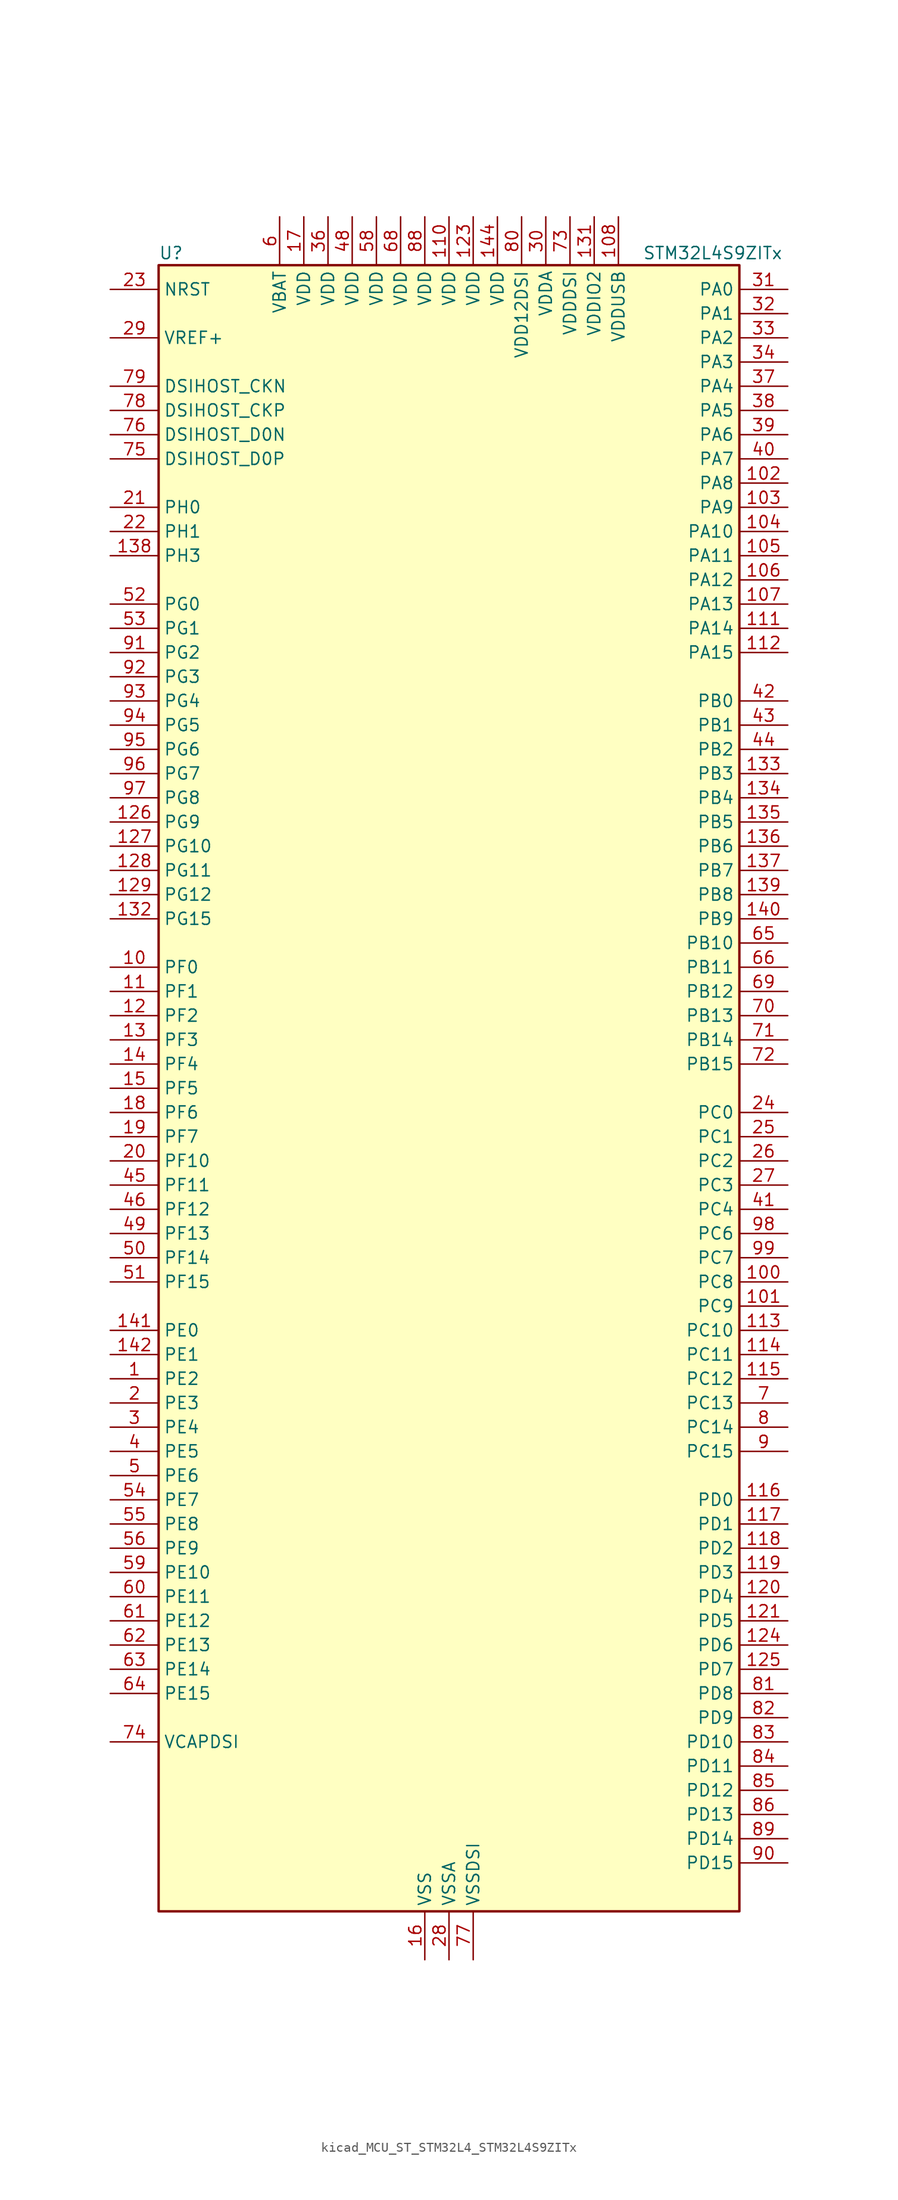
<source format=kicad_sym>
(kicad_symbol_lib
  (version 20220914)
  (generator kicad_symbol_editor)
  (symbol "kicad_MCU_ST_STM32L4_STM32L4S9ZITx"
    (property "Reference" "U"
      (at -30.48 87.63 0)
      (effects (font (size 1.27 1.27)) (justify left)))
    (property "Value" "STM32L4S9ZITx"
      (at 20.32 87.63 0)
      (effects (font (size 1.27 1.27)) (justify left)))
    (property "ki_locked" ""
      (at 0 0 0)
      (effects (font (size 1.27 1.27))))
    (symbol "kicad_MCU_ST_STM32L4_STM32L4S9ZITx_0_1"
      (rectangle (start -30.48 -86.36) (end 30.48 86.36) (stroke (width 0.254) (type default)) (fill (type background))))
    (symbol "kicad_MCU_ST_STM32L4_STM32L4S9ZITx_1_1"
      (pin bidirectional line (at -35.56 -30.48 0) (length 5.08) (name "PE2" (effects (font (size 1.27 1.27)))) (number "1" (effects (font (size 1.27 1.27)))) (alternate "FMC_A23" bidirectional line) (alternate "LTDC_R0" bidirectional line) (alternate "SAI1_CK1" bidirectional line) (alternate "SAI1_MCLK_A" bidirectional line) (alternate "SYS_TRACECLK" bidirectional line) (alternate "TIM3_ETR" bidirectional line) (alternate "TSC_G7_IO1" bidirectional line))
      (pin bidirectional line (at -35.56 12.7 0) (length 5.08) (name "PF0" (effects (font (size 1.27 1.27)))) (number "10" (effects (font (size 1.27 1.27)))) (alternate "FMC_A0" bidirectional line) (alternate "I2C2_SDA" bidirectional line) (alternate "OCTOSPIM_P2_IO0" bidirectional line))
      (pin bidirectional line (at 35.56 -20.32 180) (length 5.08) (name "PC8" (effects (font (size 1.27 1.27)))) (number "100" (effects (font (size 1.27 1.27)))) (alternate "DCMI_D2" bidirectional line) (alternate "SDMMC1_D0" bidirectional line) (alternate "TIM3_CH3" bidirectional line) (alternate "TIM8_CH3" bidirectional line) (alternate "TSC_G4_IO3" bidirectional line))
      (pin bidirectional line (at 35.56 -22.86 180) (length 5.08) (name "PC9" (effects (font (size 1.27 1.27)))) (number "101" (effects (font (size 1.27 1.27)))) (alternate "DAC1_EXTI9" bidirectional line) (alternate "DCMI_D3" bidirectional line) (alternate "I2C3_SDA" bidirectional line) (alternate "SAI2_EXTCLK" bidirectional line) (alternate "SDMMC1_D1" bidirectional line) (alternate "SYS_TRACED0" bidirectional line) (alternate "TIM3_CH4" bidirectional line) (alternate "TIM8_BKIN2" bidirectional line) (alternate "TIM8_CH4" bidirectional line) (alternate "TSC_G4_IO4" bidirectional line) (alternate "USB_OTG_FS_NOE" bidirectional line))
      (pin bidirectional line (at 35.56 63.5 180) (length 5.08) (name "PA8" (effects (font (size 1.27 1.27)))) (number "102" (effects (font (size 1.27 1.27)))) (alternate "LPTIM2_OUT" bidirectional line) (alternate "RCC_MCO" bidirectional line) (alternate "SAI1_CK2" bidirectional line) (alternate "SAI1_SCK_A" bidirectional line) (alternate "TIM1_CH1" bidirectional line) (alternate "USART1_CK" bidirectional line) (alternate "USB_OTG_FS_SOF" bidirectional line))
      (pin bidirectional line (at 35.56 60.96 180) (length 5.08) (name "PA9" (effects (font (size 1.27 1.27)))) (number "103" (effects (font (size 1.27 1.27)))) (alternate "DAC1_EXTI9" bidirectional line) (alternate "DCMI_D0" bidirectional line) (alternate "SAI1_FS_A" bidirectional line) (alternate "SPI2_SCK" bidirectional line) (alternate "TIM15_BKIN" bidirectional line) (alternate "TIM1_CH2" bidirectional line) (alternate "USART1_TX" bidirectional line) (alternate "USB_OTG_FS_VBUS" bidirectional line))
      (pin bidirectional line (at 35.56 58.42 180) (length 5.08) (name "PA10" (effects (font (size 1.27 1.27)))) (number "104" (effects (font (size 1.27 1.27)))) (alternate "DCMI_D1" bidirectional line) (alternate "SAI1_D1" bidirectional line) (alternate "SAI1_SD_A" bidirectional line) (alternate "TIM17_BKIN" bidirectional line) (alternate "TIM1_CH3" bidirectional line) (alternate "USART1_RX" bidirectional line) (alternate "USB_OTG_FS_ID" bidirectional line))
      (pin bidirectional line (at 35.56 55.88 180) (length 5.08) (name "PA11" (effects (font (size 1.27 1.27)))) (number "105" (effects (font (size 1.27 1.27)))) (alternate "ADC1_EXTI11" bidirectional line) (alternate "CAN1_RX" bidirectional line) (alternate "SPI1_MISO" bidirectional line) (alternate "TIM1_BKIN2" bidirectional line) (alternate "TIM1_CH4" bidirectional line) (alternate "USART1_CTS" bidirectional line) (alternate "USART1_NSS" bidirectional line) (alternate "USB_OTG_FS_DM" bidirectional line))
      (pin bidirectional line (at 35.56 53.34 180) (length 5.08) (name "PA12" (effects (font (size 1.27 1.27)))) (number "106" (effects (font (size 1.27 1.27)))) (alternate "CAN1_TX" bidirectional line) (alternate "SPI1_MOSI" bidirectional line) (alternate "TIM1_ETR" bidirectional line) (alternate "USART1_DE" bidirectional line) (alternate "USART1_RTS" bidirectional line) (alternate "USB_OTG_FS_DP" bidirectional line))
      (pin bidirectional line (at 35.56 50.8 180) (length 5.08) (name "PA13" (effects (font (size 1.27 1.27)))) (number "107" (effects (font (size 1.27 1.27)))) (alternate "IR_OUT" bidirectional line) (alternate "SAI1_SD_B" bidirectional line) (alternate "SYS_JTMS-SWDIO" bidirectional line) (alternate "USB_OTG_FS_NOE" bidirectional line))
      (pin power_in line (at 17.78 91.44 270) (length 5.08) (name "VDDUSB" (effects (font (size 1.27 1.27)))) (number "108" (effects (font (size 1.27 1.27)))))
      (pin passive line (at -2.54 -91.44 90) (length 5.08) hide (name "VSS" (effects (font (size 1.27 1.27)))) (number "109" (effects (font (size 1.27 1.27)))))
      (pin bidirectional line (at -35.56 10.16 0) (length 5.08) (name "PF1" (effects (font (size 1.27 1.27)))) (number "11" (effects (font (size 1.27 1.27)))) (alternate "FMC_A1" bidirectional line) (alternate "I2C2_SCL" bidirectional line) (alternate "OCTOSPIM_P2_IO1" bidirectional line))
      (pin power_in line (at 0 91.44 270) (length 5.08) (name "VDD" (effects (font (size 1.27 1.27)))) (number "110" (effects (font (size 1.27 1.27)))))
      (pin bidirectional line (at 35.56 48.26 180) (length 5.08) (name "PA14" (effects (font (size 1.27 1.27)))) (number "111" (effects (font (size 1.27 1.27)))) (alternate "I2C1_SMBA" bidirectional line) (alternate "I2C4_SMBA" bidirectional line) (alternate "LPTIM1_OUT" bidirectional line) (alternate "SAI1_FS_B" bidirectional line) (alternate "SYS_JTCK-SWCLK" bidirectional line) (alternate "USB_OTG_FS_SOF" bidirectional line))
      (pin bidirectional line (at 35.56 45.72 180) (length 5.08) (name "PA15" (effects (font (size 1.27 1.27)))) (number "112" (effects (font (size 1.27 1.27)))) (alternate "ADC1_EXTI15" bidirectional line) (alternate "SAI2_FS_B" bidirectional line) (alternate "SPI1_NSS" bidirectional line) (alternate "SPI3_NSS" bidirectional line) (alternate "SYS_JTDI" bidirectional line) (alternate "TIM2_CH1" bidirectional line) (alternate "TIM2_ETR" bidirectional line) (alternate "TSC_G3_IO1" bidirectional line) (alternate "UART4_DE" bidirectional line) (alternate "UART4_RTS" bidirectional line) (alternate "USART2_RX" bidirectional line) (alternate "USART3_DE" bidirectional line) (alternate "USART3_RTS" bidirectional line))
      (pin bidirectional line (at 35.56 -25.4 180) (length 5.08) (name "PC10" (effects (font (size 1.27 1.27)))) (number "113" (effects (font (size 1.27 1.27)))) (alternate "DCMI_D8" bidirectional line) (alternate "SAI2_SCK_B" bidirectional line) (alternate "SDMMC1_D2" bidirectional line) (alternate "SPI3_SCK" bidirectional line) (alternate "SYS_TRACED1" bidirectional line) (alternate "TSC_G3_IO2" bidirectional line) (alternate "UART4_TX" bidirectional line) (alternate "USART3_TX" bidirectional line))
      (pin bidirectional line (at 35.56 -27.94 180) (length 5.08) (name "PC11" (effects (font (size 1.27 1.27)))) (number "114" (effects (font (size 1.27 1.27)))) (alternate "ADC1_EXTI11" bidirectional line) (alternate "DCMI_D2" bidirectional line) (alternate "DCMI_D4" bidirectional line) (alternate "OCTOSPIM_P1_NCS" bidirectional line) (alternate "SAI2_MCLK_B" bidirectional line) (alternate "SDMMC1_D3" bidirectional line) (alternate "SPI3_MISO" bidirectional line) (alternate "TSC_G3_IO3" bidirectional line) (alternate "UART4_RX" bidirectional line) (alternate "USART3_RX" bidirectional line))
      (pin bidirectional line (at 35.56 -30.48 180) (length 5.08) (name "PC12" (effects (font (size 1.27 1.27)))) (number "115" (effects (font (size 1.27 1.27)))) (alternate "DCMI_D9" bidirectional line) (alternate "SAI2_SD_B" bidirectional line) (alternate "SDMMC1_CK" bidirectional line) (alternate "SPI3_MOSI" bidirectional line) (alternate "SYS_TRACED3" bidirectional line) (alternate "TSC_G3_IO4" bidirectional line) (alternate "UART5_TX" bidirectional line) (alternate "USART3_CK" bidirectional line))
      (pin bidirectional line (at 35.56 -43.18 180) (length 5.08) (name "PD0" (effects (font (size 1.27 1.27)))) (number "116" (effects (font (size 1.27 1.27)))) (alternate "CAN1_RX" bidirectional line) (alternate "DFSDM1_DATIN7" bidirectional line) (alternate "FMC_D2" bidirectional line) (alternate "FMC_DA2" bidirectional line) (alternate "LTDC_B4" bidirectional line) (alternate "SPI2_NSS" bidirectional line))
      (pin bidirectional line (at 35.56 -45.72 180) (length 5.08) (name "PD1" (effects (font (size 1.27 1.27)))) (number "117" (effects (font (size 1.27 1.27)))) (alternate "CAN1_TX" bidirectional line) (alternate "DFSDM1_CKIN7" bidirectional line) (alternate "FMC_D3" bidirectional line) (alternate "FMC_DA3" bidirectional line) (alternate "LTDC_B5" bidirectional line) (alternate "SPI2_SCK" bidirectional line))
      (pin bidirectional line (at 35.56 -48.26 180) (length 5.08) (name "PD2" (effects (font (size 1.27 1.27)))) (number "118" (effects (font (size 1.27 1.27)))) (alternate "DCMI_D11" bidirectional line) (alternate "SDMMC1_CMD" bidirectional line) (alternate "SYS_TRACED2" bidirectional line) (alternate "TIM3_ETR" bidirectional line) (alternate "TSC_SYNC" bidirectional line) (alternate "UART5_RX" bidirectional line) (alternate "USART3_DE" bidirectional line) (alternate "USART3_RTS" bidirectional line))
      (pin bidirectional line (at 35.56 -50.8 180) (length 5.08) (name "PD3" (effects (font (size 1.27 1.27)))) (number "119" (effects (font (size 1.27 1.27)))) (alternate "DCMI_D5" bidirectional line) (alternate "DFSDM1_DATIN0" bidirectional line) (alternate "FMC_CLK" bidirectional line) (alternate "LTDC_CLK" bidirectional line) (alternate "OCTOSPIM_P2_NCS" bidirectional line) (alternate "SPI2_MISO" bidirectional line) (alternate "SPI2_SCK" bidirectional line) (alternate "USART2_CTS" bidirectional line) (alternate "USART2_NSS" bidirectional line))
      (pin bidirectional line (at -35.56 7.62 0) (length 5.08) (name "PF2" (effects (font (size 1.27 1.27)))) (number "12" (effects (font (size 1.27 1.27)))) (alternate "FMC_A2" bidirectional line) (alternate "I2C2_SMBA" bidirectional line) (alternate "OCTOSPIM_P2_IO2" bidirectional line))
      (pin bidirectional line (at 35.56 -53.34 180) (length 5.08) (name "PD4" (effects (font (size 1.27 1.27)))) (number "120" (effects (font (size 1.27 1.27)))) (alternate "DFSDM1_CKIN0" bidirectional line) (alternate "FMC_NOE" bidirectional line) (alternate "OCTOSPIM_P1_IO4" bidirectional line) (alternate "SPI2_MOSI" bidirectional line) (alternate "USART2_DE" bidirectional line) (alternate "USART2_RTS" bidirectional line))
      (pin bidirectional line (at 35.56 -55.88 180) (length 5.08) (name "PD5" (effects (font (size 1.27 1.27)))) (number "121" (effects (font (size 1.27 1.27)))) (alternate "FMC_NWE" bidirectional line) (alternate "OCTOSPIM_P1_IO5" bidirectional line) (alternate "USART2_TX" bidirectional line))
      (pin passive line (at -2.54 -91.44 90) (length 5.08) hide (name "VSS" (effects (font (size 1.27 1.27)))) (number "122" (effects (font (size 1.27 1.27)))))
      (pin power_in line (at 2.54 91.44 270) (length 5.08) (name "VDD" (effects (font (size 1.27 1.27)))) (number "123" (effects (font (size 1.27 1.27)))))
      (pin bidirectional line (at 35.56 -58.42 180) (length 5.08) (name "PD6" (effects (font (size 1.27 1.27)))) (number "124" (effects (font (size 1.27 1.27)))) (alternate "DCMI_D10" bidirectional line) (alternate "DFSDM1_DATIN1" bidirectional line) (alternate "FMC_NWAIT" bidirectional line) (alternate "LTDC_DE" bidirectional line) (alternate "OCTOSPIM_P1_IO6" bidirectional line) (alternate "SAI1_D1" bidirectional line) (alternate "SAI1_SD_A" bidirectional line) (alternate "SPI3_MOSI" bidirectional line) (alternate "USART2_RX" bidirectional line))
      (pin bidirectional line (at 35.56 -60.96 180) (length 5.08) (name "PD7" (effects (font (size 1.27 1.27)))) (number "125" (effects (font (size 1.27 1.27)))) (alternate "DFSDM1_CKIN1" bidirectional line) (alternate "FMC_NCE" bidirectional line) (alternate "FMC_NE1" bidirectional line) (alternate "OCTOSPIM_P1_IO7" bidirectional line) (alternate "USART2_CK" bidirectional line))
      (pin bidirectional line (at -35.56 27.94 0) (length 5.08) (name "PG9" (effects (font (size 1.27 1.27)))) (number "126" (effects (font (size 1.27 1.27)))) (alternate "DAC1_EXTI9" bidirectional line) (alternate "FMC_NCE" bidirectional line) (alternate "FMC_NE2" bidirectional line) (alternate "OCTOSPIM_P2_IO6" bidirectional line) (alternate "SAI2_SCK_A" bidirectional line) (alternate "SPI3_SCK" bidirectional line) (alternate "TIM15_CH1N" bidirectional line) (alternate "USART1_TX" bidirectional line))
      (pin bidirectional line (at -35.56 25.4 0) (length 5.08) (name "PG10" (effects (font (size 1.27 1.27)))) (number "127" (effects (font (size 1.27 1.27)))) (alternate "FMC_NE3" bidirectional line) (alternate "LPTIM1_IN1" bidirectional line) (alternate "OCTOSPIM_P2_IO7" bidirectional line) (alternate "SAI2_FS_A" bidirectional line) (alternate "SPI3_MISO" bidirectional line) (alternate "TIM15_CH1" bidirectional line) (alternate "USART1_RX" bidirectional line))
      (pin bidirectional line (at -35.56 22.86 0) (length 5.08) (name "PG11" (effects (font (size 1.27 1.27)))) (number "128" (effects (font (size 1.27 1.27)))) (alternate "ADC1_EXTI11" bidirectional line) (alternate "LPTIM1_IN2" bidirectional line) (alternate "OCTOSPIM_P1_IO5" bidirectional line) (alternate "SAI2_MCLK_A" bidirectional line) (alternate "SPI3_MOSI" bidirectional line) (alternate "TIM15_CH2" bidirectional line) (alternate "USART1_CTS" bidirectional line) (alternate "USART1_NSS" bidirectional line))
      (pin bidirectional line (at -35.56 20.32 0) (length 5.08) (name "PG12" (effects (font (size 1.27 1.27)))) (number "129" (effects (font (size 1.27 1.27)))) (alternate "FMC_NE4" bidirectional line) (alternate "LPTIM1_ETR" bidirectional line) (alternate "OCTOSPIM_P2_NCS" bidirectional line) (alternate "SAI2_SD_A" bidirectional line) (alternate "SPI3_NSS" bidirectional line) (alternate "USART1_DE" bidirectional line) (alternate "USART1_RTS" bidirectional line))
      (pin bidirectional line (at -35.56 5.08 0) (length 5.08) (name "PF3" (effects (font (size 1.27 1.27)))) (number "13" (effects (font (size 1.27 1.27)))) (alternate "FMC_A3" bidirectional line) (alternate "OCTOSPIM_P2_IO3" bidirectional line))
      (pin passive line (at -2.54 -91.44 90) (length 5.08) hide (name "VSS" (effects (font (size 1.27 1.27)))) (number "130" (effects (font (size 1.27 1.27)))))
      (pin power_in line (at 15.24 91.44 270) (length 5.08) (name "VDDIO2" (effects (font (size 1.27 1.27)))) (number "131" (effects (font (size 1.27 1.27)))))
      (pin bidirectional line (at -35.56 17.78 0) (length 5.08) (name "PG15" (effects (font (size 1.27 1.27)))) (number "132" (effects (font (size 1.27 1.27)))) (alternate "ADC1_EXTI15" bidirectional line) (alternate "DCMI_D13" bidirectional line) (alternate "I2C1_SMBA" bidirectional line) (alternate "LPTIM1_OUT" bidirectional line) (alternate "OCTOSPIM_P2_DQS" bidirectional line))
      (pin bidirectional line (at 35.56 33.02 180) (length 5.08) (name "PB3" (effects (font (size 1.27 1.27)))) (number "133" (effects (font (size 1.27 1.27)))) (alternate "COMP2_INM" bidirectional line) (alternate "CRS_SYNC" bidirectional line) (alternate "SAI1_SCK_B" bidirectional line) (alternate "SPI1_SCK" bidirectional line) (alternate "SPI3_SCK" bidirectional line) (alternate "SYS_JTDO-SWO" bidirectional line) (alternate "TIM2_CH2" bidirectional line) (alternate "USART1_DE" bidirectional line) (alternate "USART1_RTS" bidirectional line))
      (pin bidirectional line (at 35.56 30.48 180) (length 5.08) (name "PB4" (effects (font (size 1.27 1.27)))) (number "134" (effects (font (size 1.27 1.27)))) (alternate "COMP2_INP" bidirectional line) (alternate "DCMI_D12" bidirectional line) (alternate "I2C3_SDA" bidirectional line) (alternate "SAI1_MCLK_B" bidirectional line) (alternate "SPI1_MISO" bidirectional line) (alternate "SPI3_MISO" bidirectional line) (alternate "SYS_JTRST" bidirectional line) (alternate "TIM17_BKIN" bidirectional line) (alternate "TIM3_CH1" bidirectional line) (alternate "TSC_G2_IO1" bidirectional line) (alternate "UART5_DE" bidirectional line) (alternate "UART5_RTS" bidirectional line) (alternate "USART1_CTS" bidirectional line) (alternate "USART1_NSS" bidirectional line))
      (pin bidirectional line (at 35.56 27.94 180) (length 5.08) (name "PB5" (effects (font (size 1.27 1.27)))) (number "135" (effects (font (size 1.27 1.27)))) (alternate "COMP2_OUT" bidirectional line) (alternate "DCMI_D10" bidirectional line) (alternate "I2C1_SMBA" bidirectional line) (alternate "LPTIM1_IN1" bidirectional line) (alternate "SAI1_SD_B" bidirectional line) (alternate "SPI1_MOSI" bidirectional line) (alternate "SPI3_MOSI" bidirectional line) (alternate "TIM16_BKIN" bidirectional line) (alternate "TIM3_CH2" bidirectional line) (alternate "TSC_G2_IO2" bidirectional line) (alternate "UART5_CTS" bidirectional line) (alternate "USART1_CK" bidirectional line))
      (pin bidirectional line (at 35.56 25.4 180) (length 5.08) (name "PB6" (effects (font (size 1.27 1.27)))) (number "136" (effects (font (size 1.27 1.27)))) (alternate "COMP2_INP" bidirectional line) (alternate "DCMI_D5" bidirectional line) (alternate "DFSDM1_DATIN5" bidirectional line) (alternate "I2C1_SCL" bidirectional line) (alternate "I2C4_SCL" bidirectional line) (alternate "LPTIM1_ETR" bidirectional line) (alternate "SAI1_FS_B" bidirectional line) (alternate "TIM16_CH1N" bidirectional line) (alternate "TIM4_CH1" bidirectional line) (alternate "TIM8_BKIN2" bidirectional line) (alternate "TSC_G2_IO3" bidirectional line) (alternate "USART1_TX" bidirectional line))
      (pin bidirectional line (at 35.56 22.86 180) (length 5.08) (name "PB7" (effects (font (size 1.27 1.27)))) (number "137" (effects (font (size 1.27 1.27)))) (alternate "COMP2_INM" bidirectional line) (alternate "DCMI_VSYNC" bidirectional line) (alternate "DFSDM1_CKIN5" bidirectional line) (alternate "DSIHOST_TE" bidirectional line) (alternate "FMC_NL" bidirectional line) (alternate "I2C1_SDA" bidirectional line) (alternate "I2C4_SDA" bidirectional line) (alternate "LPTIM1_IN2" bidirectional line) (alternate "SYS_PVD_IN" bidirectional line) (alternate "TIM17_CH1N" bidirectional line) (alternate "TIM4_CH2" bidirectional line) (alternate "TIM8_BKIN" bidirectional line) (alternate "TSC_G2_IO4" bidirectional line) (alternate "UART4_CTS" bidirectional line) (alternate "USART1_RX" bidirectional line))
      (pin bidirectional line (at -35.56 55.88 0) (length 5.08) (name "PH3" (effects (font (size 1.27 1.27)))) (number "138" (effects (font (size 1.27 1.27)))))
      (pin bidirectional line (at 35.56 20.32 180) (length 5.08) (name "PB8" (effects (font (size 1.27 1.27)))) (number "139" (effects (font (size 1.27 1.27)))) (alternate "CAN1_RX" bidirectional line) (alternate "DCMI_D6" bidirectional line) (alternate "DFSDM1_CKOUT" bidirectional line) (alternate "DFSDM1_DATIN6" bidirectional line) (alternate "I2C1_SCL" bidirectional line) (alternate "LTDC_B1" bidirectional line) (alternate "SAI1_CK1" bidirectional line) (alternate "SAI1_MCLK_A" bidirectional line) (alternate "SDMMC1_CKIN" bidirectional line) (alternate "SDMMC1_D4" bidirectional line) (alternate "TIM16_CH1" bidirectional line) (alternate "TIM4_CH3" bidirectional line))
      (pin bidirectional line (at -35.56 2.54 0) (length 5.08) (name "PF4" (effects (font (size 1.27 1.27)))) (number "14" (effects (font (size 1.27 1.27)))) (alternate "FMC_A4" bidirectional line) (alternate "OCTOSPIM_P2_CLK" bidirectional line))
      (pin bidirectional line (at 35.56 17.78 180) (length 5.08) (name "PB9" (effects (font (size 1.27 1.27)))) (number "140" (effects (font (size 1.27 1.27)))) (alternate "CAN1_TX" bidirectional line) (alternate "DAC1_EXTI9" bidirectional line) (alternate "DCMI_D7" bidirectional line) (alternate "DFSDM1_CKIN6" bidirectional line) (alternate "I2C1_SDA" bidirectional line) (alternate "IR_OUT" bidirectional line) (alternate "SAI1_D2" bidirectional line) (alternate "SAI1_FS_A" bidirectional line) (alternate "SDMMC1_CDIR" bidirectional line) (alternate "SDMMC1_D5" bidirectional line) (alternate "SPI2_NSS" bidirectional line) (alternate "TIM17_CH1" bidirectional line) (alternate "TIM4_CH4" bidirectional line))
      (pin bidirectional line (at -35.56 -25.4 0) (length 5.08) (name "PE0" (effects (font (size 1.27 1.27)))) (number "141" (effects (font (size 1.27 1.27)))) (alternate "DCMI_D2" bidirectional line) (alternate "FMC_NBL0" bidirectional line) (alternate "LTDC_HSYNC" bidirectional line) (alternate "TIM16_CH1" bidirectional line) (alternate "TIM4_ETR" bidirectional line))
      (pin bidirectional line (at -35.56 -27.94 0) (length 5.08) (name "PE1" (effects (font (size 1.27 1.27)))) (number "142" (effects (font (size 1.27 1.27)))) (alternate "DCMI_D3" bidirectional line) (alternate "FMC_NBL1" bidirectional line) (alternate "LTDC_VSYNC" bidirectional line) (alternate "TIM17_CH1" bidirectional line))
      (pin passive line (at -2.54 -91.44 90) (length 5.08) hide (name "VSS" (effects (font (size 1.27 1.27)))) (number "143" (effects (font (size 1.27 1.27)))))
      (pin power_in line (at 5.08 91.44 270) (length 5.08) (name "VDD" (effects (font (size 1.27 1.27)))) (number "144" (effects (font (size 1.27 1.27)))))
      (pin bidirectional line (at -35.56 0 0) (length 5.08) (name "PF5" (effects (font (size 1.27 1.27)))) (number "15" (effects (font (size 1.27 1.27)))) (alternate "FMC_A5" bidirectional line))
      (pin power_in line (at -2.54 -91.44 90) (length 5.08) (name "VSS" (effects (font (size 1.27 1.27)))) (number "16" (effects (font (size 1.27 1.27)))))
      (pin power_in line (at -15.24 91.44 270) (length 5.08) (name "VDD" (effects (font (size 1.27 1.27)))) (number "17" (effects (font (size 1.27 1.27)))))
      (pin bidirectional line (at -35.56 -2.54 0) (length 5.08) (name "PF6" (effects (font (size 1.27 1.27)))) (number "18" (effects (font (size 1.27 1.27)))) (alternate "OCTOSPIM_P1_IO3" bidirectional line) (alternate "SAI1_SD_B" bidirectional line) (alternate "TIM5_CH1" bidirectional line) (alternate "TIM5_ETR" bidirectional line))
      (pin bidirectional line (at -35.56 -5.08 0) (length 5.08) (name "PF7" (effects (font (size 1.27 1.27)))) (number "19" (effects (font (size 1.27 1.27)))) (alternate "OCTOSPIM_P1_IO2" bidirectional line) (alternate "SAI1_MCLK_B" bidirectional line) (alternate "TIM5_CH2" bidirectional line))
      (pin bidirectional line (at -35.56 -33.02 0) (length 5.08) (name "PE3" (effects (font (size 1.27 1.27)))) (number "2" (effects (font (size 1.27 1.27)))) (alternate "FMC_A19" bidirectional line) (alternate "LTDC_R1" bidirectional line) (alternate "OCTOSPIM_P1_DQS" bidirectional line) (alternate "SAI1_SD_B" bidirectional line) (alternate "SYS_TRACED0" bidirectional line) (alternate "TIM3_CH1" bidirectional line) (alternate "TSC_G7_IO2" bidirectional line))
      (pin bidirectional line (at -35.56 -7.62 0) (length 5.08) (name "PF10" (effects (font (size 1.27 1.27)))) (number "20" (effects (font (size 1.27 1.27)))) (alternate "DCMI_D11" bidirectional line) (alternate "DFSDM1_CKOUT" bidirectional line) (alternate "OCTOSPIM_P1_CLK" bidirectional line) (alternate "SAI1_D3" bidirectional line) (alternate "TIM15_CH2" bidirectional line))
      (pin bidirectional line (at -35.56 60.96 0) (length 5.08) (name "PH0" (effects (font (size 1.27 1.27)))) (number "21" (effects (font (size 1.27 1.27)))) (alternate "RCC_OSC_IN" bidirectional line))
      (pin bidirectional line (at -35.56 58.42 0) (length 5.08) (name "PH1" (effects (font (size 1.27 1.27)))) (number "22" (effects (font (size 1.27 1.27)))) (alternate "RCC_OSC_OUT" bidirectional line))
      (pin input line (at -35.56 83.82 0) (length 5.08) (name "NRST" (effects (font (size 1.27 1.27)))) (number "23" (effects (font (size 1.27 1.27)))))
      (pin bidirectional line (at 35.56 -2.54 180) (length 5.08) (name "PC0" (effects (font (size 1.27 1.27)))) (number "24" (effects (font (size 1.27 1.27)))) (alternate "ADC1_IN1" bidirectional line) (alternate "DFSDM1_DATIN4" bidirectional line) (alternate "I2C3_SCL" bidirectional line) (alternate "LPTIM1_IN1" bidirectional line) (alternate "LPTIM2_IN1" bidirectional line) (alternate "LPUART1_RX" bidirectional line) (alternate "SAI2_FS_A" bidirectional line))
      (pin bidirectional line (at 35.56 -5.08 180) (length 5.08) (name "PC1" (effects (font (size 1.27 1.27)))) (number "25" (effects (font (size 1.27 1.27)))) (alternate "ADC1_IN2" bidirectional line) (alternate "DFSDM1_CKIN4" bidirectional line) (alternate "I2C3_SDA" bidirectional line) (alternate "LPTIM1_OUT" bidirectional line) (alternate "LPUART1_TX" bidirectional line) (alternate "OCTOSPIM_P1_IO4" bidirectional line) (alternate "SAI1_SD_A" bidirectional line) (alternate "SPI2_MOSI" bidirectional line) (alternate "SYS_TRACED0" bidirectional line))
      (pin bidirectional line (at 35.56 -7.62 180) (length 5.08) (name "PC2" (effects (font (size 1.27 1.27)))) (number "26" (effects (font (size 1.27 1.27)))) (alternate "ADC1_IN3" bidirectional line) (alternate "DFSDM1_CKOUT" bidirectional line) (alternate "LPTIM1_IN2" bidirectional line) (alternate "OCTOSPIM_P1_IO5" bidirectional line) (alternate "SPI2_MISO" bidirectional line))
      (pin bidirectional line (at 35.56 -10.16 180) (length 5.08) (name "PC3" (effects (font (size 1.27 1.27)))) (number "27" (effects (font (size 1.27 1.27)))) (alternate "ADC1_IN4" bidirectional line) (alternate "LPTIM1_ETR" bidirectional line) (alternate "LPTIM2_ETR" bidirectional line) (alternate "OCTOSPIM_P1_IO6" bidirectional line) (alternate "SAI1_D1" bidirectional line) (alternate "SAI1_SD_A" bidirectional line) (alternate "SPI2_MOSI" bidirectional line))
      (pin power_in line (at 0 -91.44 90) (length 5.08) (name "VSSA" (effects (font (size 1.27 1.27)))) (number "28" (effects (font (size 1.27 1.27)))))
      (pin input line (at -35.56 78.74 0) (length 5.08) (name "VREF+" (effects (font (size 1.27 1.27)))) (number "29" (effects (font (size 1.27 1.27)))) (alternate "VREFBUF_OUT" bidirectional line))
      (pin bidirectional line (at -35.56 -35.56 0) (length 5.08) (name "PE4" (effects (font (size 1.27 1.27)))) (number "3" (effects (font (size 1.27 1.27)))) (alternate "DCMI_D4" bidirectional line) (alternate "DFSDM1_DATIN3" bidirectional line) (alternate "FMC_A20" bidirectional line) (alternate "LTDC_B0" bidirectional line) (alternate "SAI1_D2" bidirectional line) (alternate "SAI1_FS_A" bidirectional line) (alternate "SYS_TRACED1" bidirectional line) (alternate "TIM3_CH2" bidirectional line) (alternate "TSC_G7_IO3" bidirectional line))
      (pin power_in line (at 10.16 91.44 270) (length 5.08) (name "VDDA" (effects (font (size 1.27 1.27)))) (number "30" (effects (font (size 1.27 1.27)))))
      (pin bidirectional line (at 35.56 83.82 180) (length 5.08) (name "PA0" (effects (font (size 1.27 1.27)))) (number "31" (effects (font (size 1.27 1.27)))) (alternate "ADC1_IN5" bidirectional line) (alternate "OPAMP1_VINP" bidirectional line) (alternate "RTC_TAMP2" bidirectional line) (alternate "SAI1_EXTCLK" bidirectional line) (alternate "SYS_WKUP1" bidirectional line) (alternate "TIM2_CH1" bidirectional line) (alternate "TIM2_ETR" bidirectional line) (alternate "TIM5_CH1" bidirectional line) (alternate "TIM8_ETR" bidirectional line) (alternate "UART4_TX" bidirectional line) (alternate "USART2_CTS" bidirectional line) (alternate "USART2_NSS" bidirectional line))
      (pin bidirectional line (at 35.56 81.28 180) (length 5.08) (name "PA1" (effects (font (size 1.27 1.27)))) (number "32" (effects (font (size 1.27 1.27)))) (alternate "ADC1_IN6" bidirectional line) (alternate "I2C1_SMBA" bidirectional line) (alternate "OCTOSPIM_P1_DQS" bidirectional line) (alternate "OPAMP1_VINM" bidirectional line) (alternate "SPI1_SCK" bidirectional line) (alternate "TIM15_CH1N" bidirectional line) (alternate "TIM2_CH2" bidirectional line) (alternate "TIM5_CH2" bidirectional line) (alternate "UART4_RX" bidirectional line) (alternate "USART2_DE" bidirectional line) (alternate "USART2_RTS" bidirectional line))
      (pin bidirectional line (at 35.56 78.74 180) (length 5.08) (name "PA2" (effects (font (size 1.27 1.27)))) (number "33" (effects (font (size 1.27 1.27)))) (alternate "ADC1_IN7" bidirectional line) (alternate "LPUART1_TX" bidirectional line) (alternate "OCTOSPIM_P1_NCS" bidirectional line) (alternate "RCC_LSCO" bidirectional line) (alternate "SAI2_EXTCLK" bidirectional line) (alternate "SYS_WKUP4" bidirectional line) (alternate "TIM15_CH1" bidirectional line) (alternate "TIM2_CH3" bidirectional line) (alternate "TIM5_CH3" bidirectional line) (alternate "USART2_TX" bidirectional line))
      (pin bidirectional line (at 35.56 76.2 180) (length 5.08) (name "PA3" (effects (font (size 1.27 1.27)))) (number "34" (effects (font (size 1.27 1.27)))) (alternate "ADC1_IN8" bidirectional line) (alternate "LPUART1_RX" bidirectional line) (alternate "OCTOSPIM_P1_CLK" bidirectional line) (alternate "OPAMP1_VOUT" bidirectional line) (alternate "SAI1_CK1" bidirectional line) (alternate "SAI1_MCLK_A" bidirectional line) (alternate "TIM15_CH2" bidirectional line) (alternate "TIM2_CH4" bidirectional line) (alternate "TIM5_CH4" bidirectional line) (alternate "USART2_RX" bidirectional line))
      (pin passive line (at -2.54 -91.44 90) (length 5.08) hide (name "VSS" (effects (font (size 1.27 1.27)))) (number "35" (effects (font (size 1.27 1.27)))))
      (pin power_in line (at -12.7 91.44 270) (length 5.08) (name "VDD" (effects (font (size 1.27 1.27)))) (number "36" (effects (font (size 1.27 1.27)))))
      (pin bidirectional line (at 35.56 73.66 180) (length 5.08) (name "PA4" (effects (font (size 1.27 1.27)))) (number "37" (effects (font (size 1.27 1.27)))) (alternate "ADC1_IN9" bidirectional line) (alternate "DAC1_OUT1" bidirectional line) (alternate "DCMI_HSYNC" bidirectional line) (alternate "LPTIM2_OUT" bidirectional line) (alternate "OCTOSPIM_P1_NCS" bidirectional line) (alternate "SAI1_FS_B" bidirectional line) (alternate "SPI1_NSS" bidirectional line) (alternate "SPI3_NSS" bidirectional line) (alternate "USART2_CK" bidirectional line))
      (pin bidirectional line (at 35.56 71.12 180) (length 5.08) (name "PA5" (effects (font (size 1.27 1.27)))) (number "38" (effects (font (size 1.27 1.27)))) (alternate "ADC1_IN10" bidirectional line) (alternate "DAC1_OUT2" bidirectional line) (alternate "LPTIM2_ETR" bidirectional line) (alternate "SPI1_SCK" bidirectional line) (alternate "TIM2_CH1" bidirectional line) (alternate "TIM2_ETR" bidirectional line) (alternate "TIM8_CH1N" bidirectional line))
      (pin bidirectional line (at 35.56 68.58 180) (length 5.08) (name "PA6" (effects (font (size 1.27 1.27)))) (number "39" (effects (font (size 1.27 1.27)))) (alternate "ADC1_IN11" bidirectional line) (alternate "DCMI_PIXCLK" bidirectional line) (alternate "LPUART1_CTS" bidirectional line) (alternate "OCTOSPIM_P1_IO3" bidirectional line) (alternate "OPAMP2_VINP" bidirectional line) (alternate "SPI1_MISO" bidirectional line) (alternate "TIM16_CH1" bidirectional line) (alternate "TIM1_BKIN" bidirectional line) (alternate "TIM3_CH1" bidirectional line) (alternate "TIM8_BKIN" bidirectional line) (alternate "USART3_CTS" bidirectional line) (alternate "USART3_NSS" bidirectional line))
      (pin bidirectional line (at -35.56 -38.1 0) (length 5.08) (name "PE5" (effects (font (size 1.27 1.27)))) (number "4" (effects (font (size 1.27 1.27)))) (alternate "DCMI_D6" bidirectional line) (alternate "DFSDM1_CKIN3" bidirectional line) (alternate "FMC_A21" bidirectional line) (alternate "LTDC_G0" bidirectional line) (alternate "SAI1_CK2" bidirectional line) (alternate "SAI1_SCK_A" bidirectional line) (alternate "SYS_TRACED2" bidirectional line) (alternate "TIM3_CH3" bidirectional line) (alternate "TSC_G7_IO4" bidirectional line))
      (pin bidirectional line (at 35.56 66.04 180) (length 5.08) (name "PA7" (effects (font (size 1.27 1.27)))) (number "40" (effects (font (size 1.27 1.27)))) (alternate "ADC1_IN12" bidirectional line) (alternate "I2C3_SCL" bidirectional line) (alternate "OCTOSPIM_P1_IO2" bidirectional line) (alternate "OPAMP2_VINM" bidirectional line) (alternate "SPI1_MOSI" bidirectional line) (alternate "TIM17_CH1" bidirectional line) (alternate "TIM1_CH1N" bidirectional line) (alternate "TIM3_CH2" bidirectional line) (alternate "TIM8_CH1N" bidirectional line))
      (pin bidirectional line (at 35.56 -12.7 180) (length 5.08) (name "PC4" (effects (font (size 1.27 1.27)))) (number "41" (effects (font (size 1.27 1.27)))) (alternate "ADC1_IN13" bidirectional line) (alternate "COMP1_INM" bidirectional line) (alternate "OCTOSPIM_P1_IO7" bidirectional line) (alternate "USART3_TX" bidirectional line))
      (pin bidirectional line (at 35.56 40.64 180) (length 5.08) (name "PB0" (effects (font (size 1.27 1.27)))) (number "42" (effects (font (size 1.27 1.27)))) (alternate "ADC1_IN15" bidirectional line) (alternate "COMP1_OUT" bidirectional line) (alternate "OCTOSPIM_P1_IO1" bidirectional line) (alternate "OPAMP2_VOUT" bidirectional line) (alternate "SAI1_EXTCLK" bidirectional line) (alternate "SPI1_NSS" bidirectional line) (alternate "TIM1_CH2N" bidirectional line) (alternate "TIM3_CH3" bidirectional line) (alternate "TIM8_CH2N" bidirectional line) (alternate "USART3_CK" bidirectional line))
      (pin bidirectional line (at 35.56 38.1 180) (length 5.08) (name "PB1" (effects (font (size 1.27 1.27)))) (number "43" (effects (font (size 1.27 1.27)))) (alternate "ADC1_IN16" bidirectional line) (alternate "COMP1_INM" bidirectional line) (alternate "DFSDM1_DATIN0" bidirectional line) (alternate "LPTIM2_IN1" bidirectional line) (alternate "LPUART1_DE" bidirectional line) (alternate "LPUART1_RTS" bidirectional line) (alternate "OCTOSPIM_P1_IO0" bidirectional line) (alternate "TIM1_CH3N" bidirectional line) (alternate "TIM3_CH4" bidirectional line) (alternate "TIM8_CH3N" bidirectional line) (alternate "USART3_DE" bidirectional line) (alternate "USART3_RTS" bidirectional line))
      (pin bidirectional line (at 35.56 35.56 180) (length 5.08) (name "PB2" (effects (font (size 1.27 1.27)))) (number "44" (effects (font (size 1.27 1.27)))) (alternate "COMP1_INP" bidirectional line) (alternate "DFSDM1_CKIN0" bidirectional line) (alternate "I2C3_SMBA" bidirectional line) (alternate "LPTIM1_OUT" bidirectional line) (alternate "LTDC_B1" bidirectional line) (alternate "OCTOSPIM_P1_DQS" bidirectional line) (alternate "RTC_OUT_ALARM" bidirectional line) (alternate "RTC_OUT_CALIB" bidirectional line))
      (pin bidirectional line (at -35.56 -10.16 0) (length 5.08) (name "PF11" (effects (font (size 1.27 1.27)))) (number "45" (effects (font (size 1.27 1.27)))) (alternate "ADC1_EXTI11" bidirectional line) (alternate "DCMI_D12" bidirectional line) (alternate "DSIHOST_TE" bidirectional line) (alternate "LTDC_DE" bidirectional line))
      (pin bidirectional line (at -35.56 -12.7 0) (length 5.08) (name "PF12" (effects (font (size 1.27 1.27)))) (number "46" (effects (font (size 1.27 1.27)))) (alternate "FMC_A6" bidirectional line) (alternate "LTDC_B0" bidirectional line) (alternate "OCTOSPIM_P2_DQS" bidirectional line))
      (pin passive line (at -2.54 -91.44 90) (length 5.08) hide (name "VSS" (effects (font (size 1.27 1.27)))) (number "47" (effects (font (size 1.27 1.27)))))
      (pin power_in line (at -10.16 91.44 270) (length 5.08) (name "VDD" (effects (font (size 1.27 1.27)))) (number "48" (effects (font (size 1.27 1.27)))))
      (pin bidirectional line (at -35.56 -15.24 0) (length 5.08) (name "PF13" (effects (font (size 1.27 1.27)))) (number "49" (effects (font (size 1.27 1.27)))) (alternate "DFSDM1_DATIN6" bidirectional line) (alternate "FMC_A7" bidirectional line) (alternate "I2C4_SMBA" bidirectional line) (alternate "LTDC_B1" bidirectional line))
      (pin bidirectional line (at -35.56 -40.64 0) (length 5.08) (name "PE6" (effects (font (size 1.27 1.27)))) (number "5" (effects (font (size 1.27 1.27)))) (alternate "DCMI_D7" bidirectional line) (alternate "FMC_A22" bidirectional line) (alternate "LTDC_G1" bidirectional line) (alternate "RTC_TAMP3" bidirectional line) (alternate "SAI1_D1" bidirectional line) (alternate "SAI1_SD_A" bidirectional line) (alternate "SYS_TRACED3" bidirectional line) (alternate "SYS_WKUP3" bidirectional line) (alternate "TIM3_CH4" bidirectional line))
      (pin bidirectional line (at -35.56 -17.78 0) (length 5.08) (name "PF14" (effects (font (size 1.27 1.27)))) (number "50" (effects (font (size 1.27 1.27)))) (alternate "DFSDM1_CKIN6" bidirectional line) (alternate "FMC_A8" bidirectional line) (alternate "I2C4_SCL" bidirectional line) (alternate "LTDC_G0" bidirectional line) (alternate "TSC_G8_IO1" bidirectional line))
      (pin bidirectional line (at -35.56 -20.32 0) (length 5.08) (name "PF15" (effects (font (size 1.27 1.27)))) (number "51" (effects (font (size 1.27 1.27)))) (alternate "ADC1_EXTI15" bidirectional line) (alternate "FMC_A9" bidirectional line) (alternate "I2C4_SDA" bidirectional line) (alternate "LTDC_G1" bidirectional line) (alternate "TSC_G8_IO2" bidirectional line))
      (pin bidirectional line (at -35.56 50.8 0) (length 5.08) (name "PG0" (effects (font (size 1.27 1.27)))) (number "52" (effects (font (size 1.27 1.27)))) (alternate "FMC_A10" bidirectional line) (alternate "OCTOSPIM_P2_IO4" bidirectional line) (alternate "TSC_G8_IO3" bidirectional line))
      (pin bidirectional line (at -35.56 48.26 0) (length 5.08) (name "PG1" (effects (font (size 1.27 1.27)))) (number "53" (effects (font (size 1.27 1.27)))) (alternate "FMC_A11" bidirectional line) (alternate "OCTOSPIM_P2_IO5" bidirectional line) (alternate "TSC_G8_IO4" bidirectional line))
      (pin bidirectional line (at -35.56 -43.18 0) (length 5.08) (name "PE7" (effects (font (size 1.27 1.27)))) (number "54" (effects (font (size 1.27 1.27)))) (alternate "DFSDM1_DATIN2" bidirectional line) (alternate "FMC_D4" bidirectional line) (alternate "FMC_DA4" bidirectional line) (alternate "LTDC_B6" bidirectional line) (alternate "SAI1_SD_B" bidirectional line) (alternate "TIM1_ETR" bidirectional line))
      (pin bidirectional line (at -35.56 -45.72 0) (length 5.08) (name "PE8" (effects (font (size 1.27 1.27)))) (number "55" (effects (font (size 1.27 1.27)))) (alternate "DFSDM1_CKIN2" bidirectional line) (alternate "FMC_D5" bidirectional line) (alternate "FMC_DA5" bidirectional line) (alternate "LTDC_B7" bidirectional line) (alternate "SAI1_SCK_B" bidirectional line) (alternate "TIM1_CH1N" bidirectional line))
      (pin bidirectional line (at -35.56 -48.26 0) (length 5.08) (name "PE9" (effects (font (size 1.27 1.27)))) (number "56" (effects (font (size 1.27 1.27)))) (alternate "DAC1_EXTI9" bidirectional line) (alternate "DFSDM1_CKOUT" bidirectional line) (alternate "FMC_D6" bidirectional line) (alternate "FMC_DA6" bidirectional line) (alternate "LTDC_G2" bidirectional line) (alternate "SAI1_FS_B" bidirectional line) (alternate "TIM1_CH1" bidirectional line))
      (pin passive line (at -2.54 -91.44 90) (length 5.08) hide (name "VSS" (effects (font (size 1.27 1.27)))) (number "57" (effects (font (size 1.27 1.27)))))
      (pin power_in line (at -7.62 91.44 270) (length 5.08) (name "VDD" (effects (font (size 1.27 1.27)))) (number "58" (effects (font (size 1.27 1.27)))))
      (pin bidirectional line (at -35.56 -50.8 0) (length 5.08) (name "PE10" (effects (font (size 1.27 1.27)))) (number "59" (effects (font (size 1.27 1.27)))) (alternate "DFSDM1_DATIN4" bidirectional line) (alternate "FMC_D7" bidirectional line) (alternate "FMC_DA7" bidirectional line) (alternate "LTDC_G3" bidirectional line) (alternate "OCTOSPIM_P1_CLK" bidirectional line) (alternate "SAI1_MCLK_B" bidirectional line) (alternate "TIM1_CH2N" bidirectional line) (alternate "TSC_G5_IO1" bidirectional line))
      (pin power_in line (at -17.78 91.44 270) (length 5.08) (name "VBAT" (effects (font (size 1.27 1.27)))) (number "6" (effects (font (size 1.27 1.27)))))
      (pin bidirectional line (at -35.56 -53.34 0) (length 5.08) (name "PE11" (effects (font (size 1.27 1.27)))) (number "60" (effects (font (size 1.27 1.27)))) (alternate "ADC1_EXTI11" bidirectional line) (alternate "DFSDM1_CKIN4" bidirectional line) (alternate "FMC_D8" bidirectional line) (alternate "FMC_DA8" bidirectional line) (alternate "LTDC_G4" bidirectional line) (alternate "OCTOSPIM_P1_NCS" bidirectional line) (alternate "TIM1_CH2" bidirectional line) (alternate "TSC_G5_IO2" bidirectional line))
      (pin bidirectional line (at -35.56 -55.88 0) (length 5.08) (name "PE12" (effects (font (size 1.27 1.27)))) (number "61" (effects (font (size 1.27 1.27)))) (alternate "DFSDM1_DATIN5" bidirectional line) (alternate "FMC_D9" bidirectional line) (alternate "FMC_DA9" bidirectional line) (alternate "LTDC_G5" bidirectional line) (alternate "OCTOSPIM_P1_IO0" bidirectional line) (alternate "SPI1_NSS" bidirectional line) (alternate "TIM1_CH3N" bidirectional line) (alternate "TSC_G5_IO3" bidirectional line))
      (pin bidirectional line (at -35.56 -58.42 0) (length 5.08) (name "PE13" (effects (font (size 1.27 1.27)))) (number "62" (effects (font (size 1.27 1.27)))) (alternate "DFSDM1_CKIN5" bidirectional line) (alternate "FMC_D10" bidirectional line) (alternate "FMC_DA10" bidirectional line) (alternate "LTDC_G6" bidirectional line) (alternate "OCTOSPIM_P1_IO1" bidirectional line) (alternate "SPI1_SCK" bidirectional line) (alternate "TIM1_CH3" bidirectional line) (alternate "TSC_G5_IO4" bidirectional line))
      (pin bidirectional line (at -35.56 -60.96 0) (length 5.08) (name "PE14" (effects (font (size 1.27 1.27)))) (number "63" (effects (font (size 1.27 1.27)))) (alternate "FMC_D11" bidirectional line) (alternate "FMC_DA11" bidirectional line) (alternate "LTDC_G7" bidirectional line) (alternate "OCTOSPIM_P1_IO2" bidirectional line) (alternate "SPI1_MISO" bidirectional line) (alternate "TIM1_BKIN2" bidirectional line) (alternate "TIM1_CH4" bidirectional line))
      (pin bidirectional line (at -35.56 -63.5 0) (length 5.08) (name "PE15" (effects (font (size 1.27 1.27)))) (number "64" (effects (font (size 1.27 1.27)))) (alternate "ADC1_EXTI15" bidirectional line) (alternate "FMC_D12" bidirectional line) (alternate "FMC_DA12" bidirectional line) (alternate "LTDC_R2" bidirectional line) (alternate "OCTOSPIM_P1_IO3" bidirectional line) (alternate "SPI1_MOSI" bidirectional line) (alternate "TIM1_BKIN" bidirectional line))
      (pin bidirectional line (at 35.56 15.24 180) (length 5.08) (name "PB10" (effects (font (size 1.27 1.27)))) (number "65" (effects (font (size 1.27 1.27)))) (alternate "COMP1_OUT" bidirectional line) (alternate "DFSDM1_DATIN7" bidirectional line) (alternate "I2C2_SCL" bidirectional line) (alternate "I2C4_SCL" bidirectional line) (alternate "LPUART1_RX" bidirectional line) (alternate "OCTOSPIM_P1_CLK" bidirectional line) (alternate "SAI1_SCK_A" bidirectional line) (alternate "SPI2_SCK" bidirectional line) (alternate "TIM2_CH3" bidirectional line) (alternate "TSC_SYNC" bidirectional line) (alternate "USART3_TX" bidirectional line))
      (pin bidirectional line (at 35.56 12.7 180) (length 5.08) (name "PB11" (effects (font (size 1.27 1.27)))) (number "66" (effects (font (size 1.27 1.27)))) (alternate "ADC1_EXTI11" bidirectional line) (alternate "COMP2_OUT" bidirectional line) (alternate "DFSDM1_CKIN7" bidirectional line) (alternate "DSIHOST_TE" bidirectional line) (alternate "I2C2_SDA" bidirectional line) (alternate "I2C4_SDA" bidirectional line) (alternate "LPUART1_TX" bidirectional line) (alternate "OCTOSPIM_P1_NCS" bidirectional line) (alternate "TIM2_CH4" bidirectional line) (alternate "USART3_RX" bidirectional line))
      (pin passive line (at -2.54 -91.44 90) (length 5.08) hide (name "VSS" (effects (font (size 1.27 1.27)))) (number "67" (effects (font (size 1.27 1.27)))))
      (pin power_in line (at -5.08 91.44 270) (length 5.08) (name "VDD" (effects (font (size 1.27 1.27)))) (number "68" (effects (font (size 1.27 1.27)))))
      (pin bidirectional line (at 35.56 10.16 180) (length 5.08) (name "PB12" (effects (font (size 1.27 1.27)))) (number "69" (effects (font (size 1.27 1.27)))) (alternate "DFSDM1_DATIN1" bidirectional line) (alternate "I2C2_SMBA" bidirectional line) (alternate "LPUART1_DE" bidirectional line) (alternate "LPUART1_RTS" bidirectional line) (alternate "SAI2_FS_A" bidirectional line) (alternate "SPI2_NSS" bidirectional line) (alternate "TIM15_BKIN" bidirectional line) (alternate "TIM1_BKIN" bidirectional line) (alternate "TSC_G1_IO1" bidirectional line) (alternate "USART3_CK" bidirectional line))
      (pin bidirectional line (at 35.56 -33.02 180) (length 5.08) (name "PC13" (effects (font (size 1.27 1.27)))) (number "7" (effects (font (size 1.27 1.27)))) (alternate "RTC_OUT_ALARM" bidirectional line) (alternate "RTC_OUT_CALIB" bidirectional line) (alternate "RTC_TAMP1" bidirectional line) (alternate "RTC_TS" bidirectional line) (alternate "SYS_WKUP2" bidirectional line))
      (pin bidirectional line (at 35.56 7.62 180) (length 5.08) (name "PB13" (effects (font (size 1.27 1.27)))) (number "70" (effects (font (size 1.27 1.27)))) (alternate "DFSDM1_CKIN1" bidirectional line) (alternate "I2C2_SCL" bidirectional line) (alternate "LPUART1_CTS" bidirectional line) (alternate "SAI2_SCK_A" bidirectional line) (alternate "SPI2_SCK" bidirectional line) (alternate "TIM15_CH1N" bidirectional line) (alternate "TIM1_CH1N" bidirectional line) (alternate "TSC_G1_IO2" bidirectional line) (alternate "USART3_CTS" bidirectional line) (alternate "USART3_NSS" bidirectional line))
      (pin bidirectional line (at 35.56 5.08 180) (length 5.08) (name "PB14" (effects (font (size 1.27 1.27)))) (number "71" (effects (font (size 1.27 1.27)))) (alternate "DFSDM1_DATIN2" bidirectional line) (alternate "I2C2_SDA" bidirectional line) (alternate "SAI2_MCLK_A" bidirectional line) (alternate "SPI2_MISO" bidirectional line) (alternate "TIM15_CH1" bidirectional line) (alternate "TIM1_CH2N" bidirectional line) (alternate "TIM8_CH2N" bidirectional line) (alternate "TSC_G1_IO3" bidirectional line) (alternate "USART3_DE" bidirectional line) (alternate "USART3_RTS" bidirectional line))
      (pin bidirectional line (at 35.56 2.54 180) (length 5.08) (name "PB15" (effects (font (size 1.27 1.27)))) (number "72" (effects (font (size 1.27 1.27)))) (alternate "ADC1_EXTI15" bidirectional line) (alternate "DFSDM1_CKIN2" bidirectional line) (alternate "RTC_REFIN" bidirectional line) (alternate "SAI2_SD_A" bidirectional line) (alternate "SPI2_MOSI" bidirectional line) (alternate "TIM15_CH2" bidirectional line) (alternate "TIM1_CH3N" bidirectional line) (alternate "TIM8_CH3N" bidirectional line) (alternate "TSC_G1_IO4" bidirectional line))
      (pin power_in line (at 12.7 91.44 270) (length 5.08) (name "VDDDSI" (effects (font (size 1.27 1.27)))) (number "73" (effects (font (size 1.27 1.27)))))
      (pin power_out line (at -35.56 -68.58 0) (length 5.08) (name "VCAPDSI" (effects (font (size 1.27 1.27)))) (number "74" (effects (font (size 1.27 1.27)))))
      (pin bidirectional line (at -35.56 66.04 0) (length 5.08) (name "DSIHOST_D0P" (effects (font (size 1.27 1.27)))) (number "75" (effects (font (size 1.27 1.27)))) (alternate "DSIHOST_D0P" bidirectional line))
      (pin bidirectional line (at -35.56 68.58 0) (length 5.08) (name "DSIHOST_D0N" (effects (font (size 1.27 1.27)))) (number "76" (effects (font (size 1.27 1.27)))) (alternate "DSIHOST_D0N" bidirectional line))
      (pin power_in line (at 2.54 -91.44 90) (length 5.08) (name "VSSDSI" (effects (font (size 1.27 1.27)))) (number "77" (effects (font (size 1.27 1.27)))))
      (pin bidirectional line (at -35.56 71.12 0) (length 5.08) (name "DSIHOST_CKP" (effects (font (size 1.27 1.27)))) (number "78" (effects (font (size 1.27 1.27)))) (alternate "DSIHOST_CKP" bidirectional line))
      (pin bidirectional line (at -35.56 73.66 0) (length 5.08) (name "DSIHOST_CKN" (effects (font (size 1.27 1.27)))) (number "79" (effects (font (size 1.27 1.27)))) (alternate "DSIHOST_CKN" bidirectional line))
      (pin bidirectional line (at 35.56 -35.56 180) (length 5.08) (name "PC14" (effects (font (size 1.27 1.27)))) (number "8" (effects (font (size 1.27 1.27)))) (alternate "RCC_OSC32_IN" bidirectional line))
      (pin power_in line (at 7.62 91.44 270) (length 5.08) (name "VDD12DSI" (effects (font (size 1.27 1.27)))) (number "80" (effects (font (size 1.27 1.27)))))
      (pin bidirectional line (at 35.56 -63.5 180) (length 5.08) (name "PD8" (effects (font (size 1.27 1.27)))) (number "81" (effects (font (size 1.27 1.27)))) (alternate "DCMI_HSYNC" bidirectional line) (alternate "FMC_D13" bidirectional line) (alternate "FMC_DA13" bidirectional line) (alternate "LTDC_R3" bidirectional line) (alternate "USART3_TX" bidirectional line))
      (pin bidirectional line (at 35.56 -66.04 180) (length 5.08) (name "PD9" (effects (font (size 1.27 1.27)))) (number "82" (effects (font (size 1.27 1.27)))) (alternate "DAC1_EXTI9" bidirectional line) (alternate "DCMI_PIXCLK" bidirectional line) (alternate "FMC_D14" bidirectional line) (alternate "FMC_DA14" bidirectional line) (alternate "LTDC_R4" bidirectional line) (alternate "SAI2_MCLK_A" bidirectional line) (alternate "USART3_RX" bidirectional line))
      (pin bidirectional line (at 35.56 -68.58 180) (length 5.08) (name "PD10" (effects (font (size 1.27 1.27)))) (number "83" (effects (font (size 1.27 1.27)))) (alternate "FMC_D15" bidirectional line) (alternate "FMC_DA15" bidirectional line) (alternate "LTDC_R5" bidirectional line) (alternate "SAI2_SCK_A" bidirectional line) (alternate "TSC_G6_IO1" bidirectional line) (alternate "USART3_CK" bidirectional line))
      (pin bidirectional line (at 35.56 -71.12 180) (length 5.08) (name "PD11" (effects (font (size 1.27 1.27)))) (number "84" (effects (font (size 1.27 1.27)))) (alternate "ADC1_EXTI11" bidirectional line) (alternate "FMC_A16" bidirectional line) (alternate "FMC_CLE" bidirectional line) (alternate "I2C4_SMBA" bidirectional line) (alternate "LPTIM2_ETR" bidirectional line) (alternate "LTDC_R6" bidirectional line) (alternate "SAI2_SD_A" bidirectional line) (alternate "TSC_G6_IO2" bidirectional line) (alternate "USART3_CTS" bidirectional line) (alternate "USART3_NSS" bidirectional line))
      (pin bidirectional line (at 35.56 -73.66 180) (length 5.08) (name "PD12" (effects (font (size 1.27 1.27)))) (number "85" (effects (font (size 1.27 1.27)))) (alternate "FMC_A17" bidirectional line) (alternate "FMC_ALE" bidirectional line) (alternate "I2C4_SCL" bidirectional line) (alternate "LPTIM2_IN1" bidirectional line) (alternate "LTDC_R7" bidirectional line) (alternate "SAI2_FS_A" bidirectional line) (alternate "TIM4_CH1" bidirectional line) (alternate "TSC_G6_IO3" bidirectional line) (alternate "USART3_DE" bidirectional line) (alternate "USART3_RTS" bidirectional line))
      (pin bidirectional line (at 35.56 -76.2 180) (length 5.08) (name "PD13" (effects (font (size 1.27 1.27)))) (number "86" (effects (font (size 1.27 1.27)))) (alternate "FMC_A18" bidirectional line) (alternate "I2C4_SDA" bidirectional line) (alternate "LPTIM2_OUT" bidirectional line) (alternate "TIM4_CH2" bidirectional line) (alternate "TSC_G6_IO4" bidirectional line))
      (pin passive line (at -2.54 -91.44 90) (length 5.08) hide (name "VSS" (effects (font (size 1.27 1.27)))) (number "87" (effects (font (size 1.27 1.27)))))
      (pin power_in line (at -2.54 91.44 270) (length 5.08) (name "VDD" (effects (font (size 1.27 1.27)))) (number "88" (effects (font (size 1.27 1.27)))))
      (pin bidirectional line (at 35.56 -78.74 180) (length 5.08) (name "PD14" (effects (font (size 1.27 1.27)))) (number "89" (effects (font (size 1.27 1.27)))) (alternate "FMC_D0" bidirectional line) (alternate "FMC_DA0" bidirectional line) (alternate "LTDC_B2" bidirectional line) (alternate "TIM4_CH3" bidirectional line))
      (pin bidirectional line (at 35.56 -38.1 180) (length 5.08) (name "PC15" (effects (font (size 1.27 1.27)))) (number "9" (effects (font (size 1.27 1.27)))) (alternate "ADC1_EXTI15" bidirectional line) (alternate "RCC_OSC32_OUT" bidirectional line))
      (pin bidirectional line (at 35.56 -81.28 180) (length 5.08) (name "PD15" (effects (font (size 1.27 1.27)))) (number "90" (effects (font (size 1.27 1.27)))) (alternate "ADC1_EXTI15" bidirectional line) (alternate "FMC_D1" bidirectional line) (alternate "FMC_DA1" bidirectional line) (alternate "LTDC_B3" bidirectional line) (alternate "TIM4_CH4" bidirectional line))
      (pin bidirectional line (at -35.56 45.72 0) (length 5.08) (name "PG2" (effects (font (size 1.27 1.27)))) (number "91" (effects (font (size 1.27 1.27)))) (alternate "FMC_A12" bidirectional line) (alternate "SAI2_SCK_B" bidirectional line) (alternate "SPI1_SCK" bidirectional line))
      (pin bidirectional line (at -35.56 43.18 0) (length 5.08) (name "PG3" (effects (font (size 1.27 1.27)))) (number "92" (effects (font (size 1.27 1.27)))) (alternate "FMC_A13" bidirectional line) (alternate "SAI2_FS_B" bidirectional line) (alternate "SPI1_MISO" bidirectional line))
      (pin bidirectional line (at -35.56 40.64 0) (length 5.08) (name "PG4" (effects (font (size 1.27 1.27)))) (number "93" (effects (font (size 1.27 1.27)))) (alternate "FMC_A14" bidirectional line) (alternate "SAI2_MCLK_B" bidirectional line) (alternate "SPI1_MOSI" bidirectional line))
      (pin bidirectional line (at -35.56 38.1 0) (length 5.08) (name "PG5" (effects (font (size 1.27 1.27)))) (number "94" (effects (font (size 1.27 1.27)))) (alternate "FMC_A15" bidirectional line) (alternate "LPUART1_CTS" bidirectional line) (alternate "SAI2_SD_B" bidirectional line) (alternate "SPI1_NSS" bidirectional line))
      (pin bidirectional line (at -35.56 35.56 0) (length 5.08) (name "PG6" (effects (font (size 1.27 1.27)))) (number "95" (effects (font (size 1.27 1.27)))) (alternate "DSIHOST_TE" bidirectional line) (alternate "I2C3_SMBA" bidirectional line) (alternate "LPUART1_DE" bidirectional line) (alternate "LPUART1_RTS" bidirectional line) (alternate "LTDC_R1" bidirectional line) (alternate "OCTOSPIM_P1_DQS" bidirectional line))
      (pin bidirectional line (at -35.56 33.02 0) (length 5.08) (name "PG7" (effects (font (size 1.27 1.27)))) (number "96" (effects (font (size 1.27 1.27)))) (alternate "DFSDM1_CKOUT" bidirectional line) (alternate "FMC_INT" bidirectional line) (alternate "I2C3_SCL" bidirectional line) (alternate "LPUART1_TX" bidirectional line) (alternate "OCTOSPIM_P2_DQS" bidirectional line) (alternate "SAI1_CK1" bidirectional line) (alternate "SAI1_MCLK_A" bidirectional line))
      (pin bidirectional line (at -35.56 30.48 0) (length 5.08) (name "PG8" (effects (font (size 1.27 1.27)))) (number "97" (effects (font (size 1.27 1.27)))) (alternate "I2C3_SDA" bidirectional line) (alternate "LPUART1_RX" bidirectional line))
      (pin bidirectional line (at 35.56 -15.24 180) (length 5.08) (name "PC6" (effects (font (size 1.27 1.27)))) (number "98" (effects (font (size 1.27 1.27)))) (alternate "DCMI_D0" bidirectional line) (alternate "DFSDM1_CKIN3" bidirectional line) (alternate "LTDC_R0" bidirectional line) (alternate "SAI2_MCLK_A" bidirectional line) (alternate "SDMMC1_D0DIR" bidirectional line) (alternate "SDMMC1_D6" bidirectional line) (alternate "TIM3_CH1" bidirectional line) (alternate "TIM8_CH1" bidirectional line) (alternate "TSC_G4_IO1" bidirectional line))
      (pin bidirectional line (at 35.56 -17.78 180) (length 5.08) (name "PC7" (effects (font (size 1.27 1.27)))) (number "99" (effects (font (size 1.27 1.27)))) (alternate "DCMI_D1" bidirectional line) (alternate "DFSDM1_DATIN3" bidirectional line) (alternate "LTDC_R1" bidirectional line) (alternate "SAI2_MCLK_B" bidirectional line) (alternate "SDMMC1_D123DIR" bidirectional line) (alternate "SDMMC1_D7" bidirectional line) (alternate "TIM3_CH2" bidirectional line) (alternate "TIM8_CH2" bidirectional line) (alternate "TSC_G4_IO2" bidirectional line)))))
</source>
